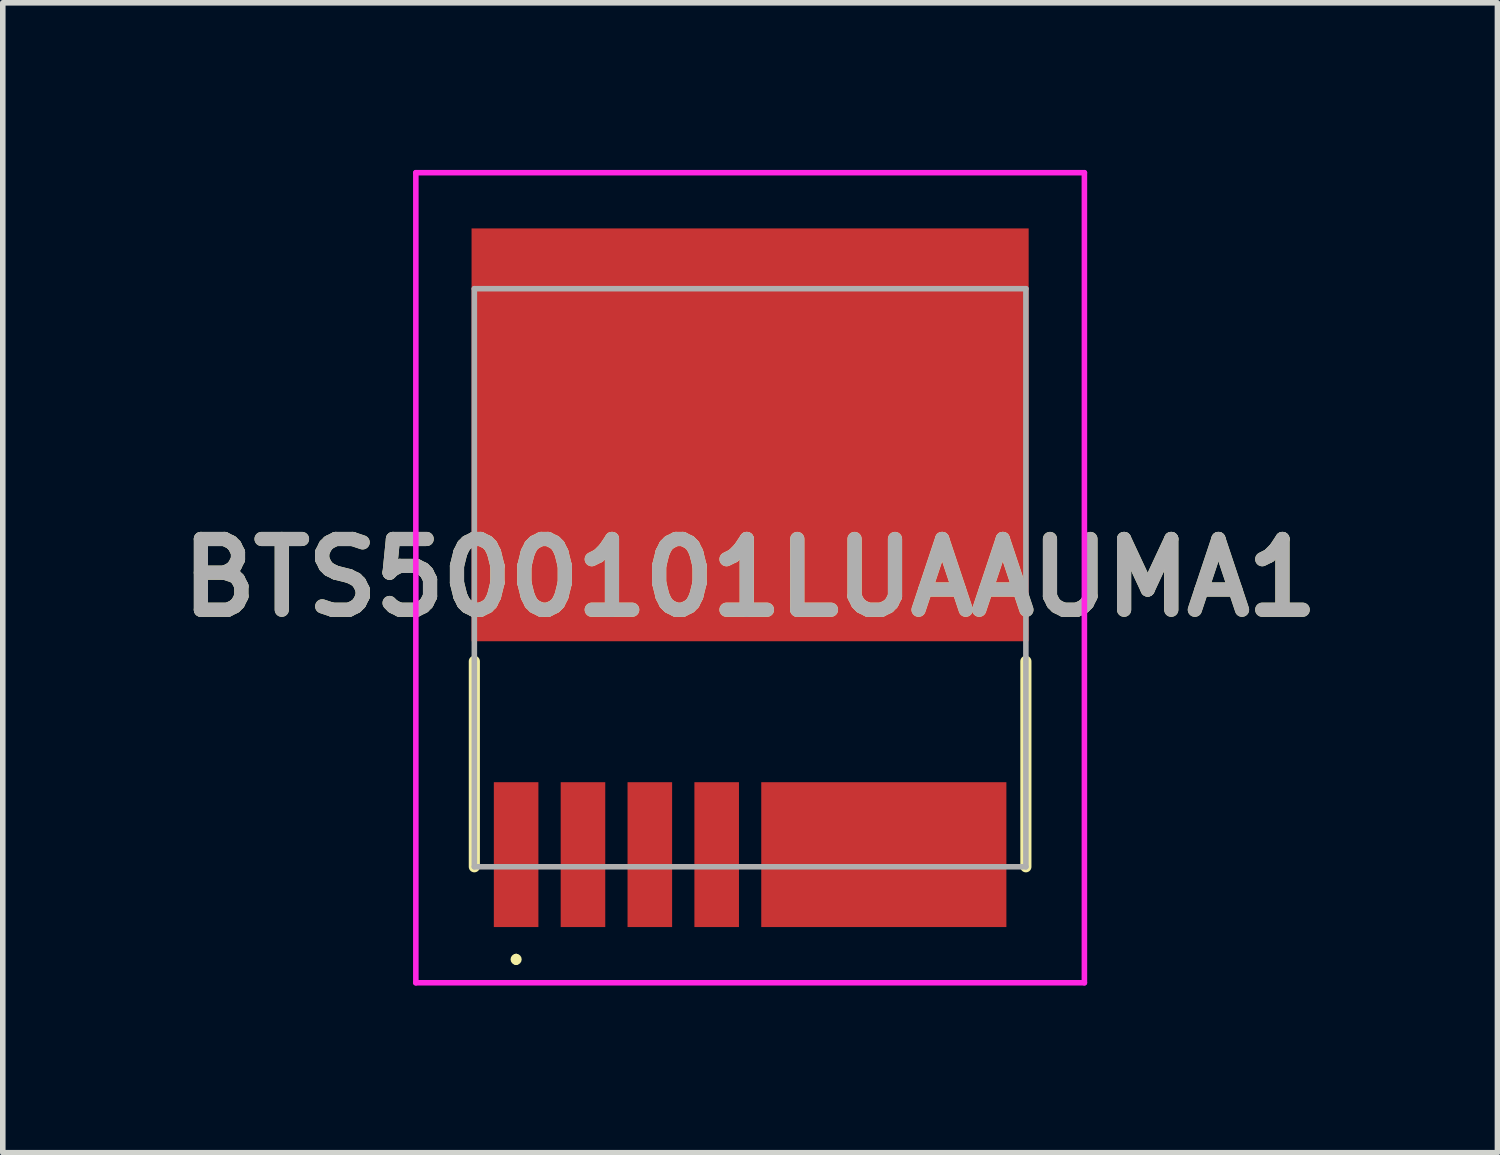
<source format=kicad_pcb>
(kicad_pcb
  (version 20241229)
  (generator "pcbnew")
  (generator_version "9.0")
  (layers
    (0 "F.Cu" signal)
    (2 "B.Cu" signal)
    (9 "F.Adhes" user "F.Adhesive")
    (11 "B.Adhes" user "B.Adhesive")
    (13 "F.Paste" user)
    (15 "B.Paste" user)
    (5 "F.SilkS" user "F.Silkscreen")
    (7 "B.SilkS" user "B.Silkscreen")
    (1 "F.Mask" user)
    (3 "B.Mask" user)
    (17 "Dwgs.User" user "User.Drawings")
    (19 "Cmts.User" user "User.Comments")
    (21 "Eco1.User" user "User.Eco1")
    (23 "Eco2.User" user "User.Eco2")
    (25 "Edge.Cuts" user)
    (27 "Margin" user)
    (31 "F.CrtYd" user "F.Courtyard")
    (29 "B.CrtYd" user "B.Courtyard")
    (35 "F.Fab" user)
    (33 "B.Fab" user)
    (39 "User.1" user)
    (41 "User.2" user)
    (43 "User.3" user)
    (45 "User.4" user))
  (footprint "BTS500101LUAAUMA1"
    (layer "F.Cu")
    (at 10.414 7.32)
    (property "Reference" "BTS500101LUAAUMA1" (at 0 0 0) (layer "F.SilkS") (effects (font (size 1.27 1.27) (thickness 0.254))))
    (attr smd)
    (fp_line (start -4.95 1.5) (end -4.95 5.188) (stroke (width 0.2) (type solid)) (layer "F.SilkS"))
    (fp_line (start -4.2 6.8) (end -4.2 6.8) (stroke (width 0.1) (type solid)) (layer "F.SilkS"))
    (fp_line (start -4.2 6.9) (end -4.2 6.9) (stroke (width 0.1) (type solid)) (layer "F.SilkS"))
    (fp_line (start 4.95 1.5) (end 4.95 5.188) (stroke (width 0.2) (type solid)) (layer "F.SilkS"))
    (fp_arc (start -4.2 6.8) (mid -4.15 6.85) (end -4.2 6.9) (stroke (width 0.1) (type solid)) (layer "F.SilkS"))
    (fp_arc (start -4.2 6.9) (mid -4.25 6.85) (end -4.2 6.8) (stroke (width 0.1) (type solid)) (layer "F.SilkS"))
    (fp_line (start -6 -7.27) (end 6 -7.27) (stroke (width 0.1) (type solid)) (layer "F.CrtYd"))
    (fp_line (start -6 7.27) (end -6 -7.27) (stroke (width 0.1) (type solid)) (layer "F.CrtYd"))
    (fp_line (start 6 -7.27) (end 6 7.27) (stroke (width 0.1) (type solid)) (layer "F.CrtYd"))
    (fp_line (start 6 7.27) (end -6 7.27) (stroke (width 0.1) (type solid)) (layer "F.CrtYd"))
    (fp_line (start -4.95 -5.188) (end 4.95 -5.188) (stroke (width 0.1) (type solid)) (layer "F.Fab"))
    (fp_line (start -4.95 5.188) (end -4.95 -5.188) (stroke (width 0.1) (type solid)) (layer "F.Fab"))
    (fp_line (start 4.95 -5.188) (end 4.95 5.188) (stroke (width 0.1) (type solid)) (layer "F.Fab"))
    (fp_line (start 4.95 5.188) (end -4.95 5.188) (stroke (width 0.1) (type solid)) (layer "F.Fab"))
    (fp_text user "${REFERENCE}" (at 0 0 0) (layer "F.Fab") (effects (font (size 1.27 1.27) (thickness 0.254))))
    (pad "1" smd rect (at -4.2 4.97) (size 0.8 2.6) (layers "F.Cu" "F.Mask" "F.Paste"))
    (pad "2" smd rect (at -3 4.97) (size 0.8 2.6) (layers "F.Cu" "F.Mask" "F.Paste"))
    (pad "3" smd rect (at -1.8 4.97) (size 0.8 2.6) (layers "F.Cu" "F.Mask" "F.Paste"))
    (pad "4" smd rect (at -0.6 4.97) (size 0.8 2.6) (layers "F.Cu" "F.Mask" "F.Paste"))
    (pad "5" smd rect (at 2.4 4.97 90) (size 2.6 4.4) (layers "F.Cu" "F.Mask" "F.Paste"))
    (pad "9" smd rect (at 0 -2.565 90) (size 7.41 10) (layers "F.Cu" "F.Mask" "F.Paste")))
  (gr_rect
    (start -3 -3)
    (end 23.828 17.64)
    (stroke (width 0.1) (type default))
    (fill no)
    (layer "Edge.Cuts")))
</source>
